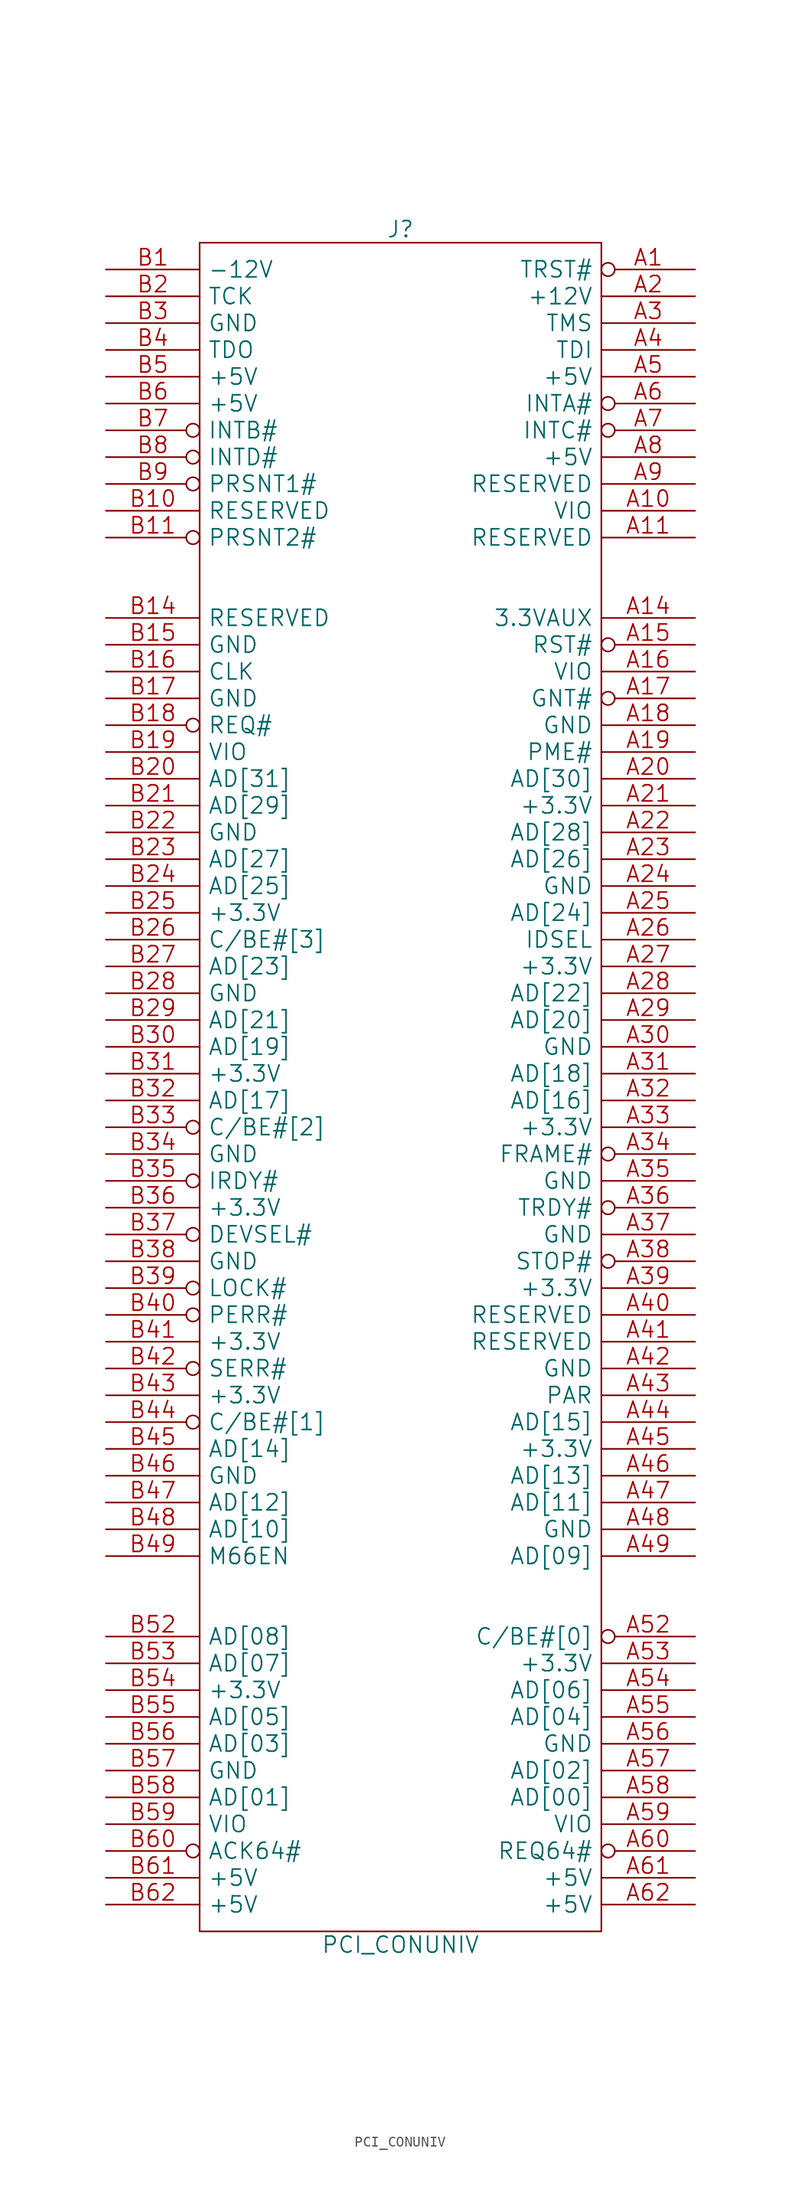
<source format=kicad_sym>
(kicad_symbol_lib
  (version 20220914)
  (generator kicad_symbol_editor)
  (symbol "PCI_CONUNIV"
    (pin_names
      (offset 0.762))
    (property "Reference" "J"
      (at 0 81.28 0)
      (effects (font (size 1.524 1.524))))
    (property "Value" "PCI_CONUNIV"
      (at 0 -81.28 0)
      (effects (font (size 1.524 1.524))))
    (property "Footprint" ""
      (at 0 0 0)
      (effects (font (size 1.524 1.524))))
    (property "Datasheet" ""
      (at 0 0 0)
      (effects (font (size 1.524 1.524))))
    (symbol "PCI_CONUNIV_0_1"
      (rectangle (start -19.05 80.01) (end 19.05 -80.01) (stroke (width 0) (type default)) (fill (type none))))
    (symbol "PCI_CONUNIV_1_1"
      (pin output inverted (at 27.94 77.47 180) (length 8.89) (name "TRST#" (effects (font (size 1.524 1.524)))) (number "A1" (effects (font (size 1.524 1.524)))))
      (pin power_in line (at 27.94 54.61 180) (length 8.89) (name "VIO" (effects (font (size 1.524 1.524)))) (number "A10" (effects (font (size 1.524 1.524)))))
      (pin passive line (at 27.94 52.07 180) (length 8.89) (name "RESERVED" (effects (font (size 1.524 1.524)))) (number "A11" (effects (font (size 1.524 1.524)))))
      (pin passive line (at 27.94 44.45 180) (length 8.89) (name "3.3VAUX" (effects (font (size 1.524 1.524)))) (number "A14" (effects (font (size 1.524 1.524)))))
      (pin output inverted (at 27.94 41.91 180) (length 8.89) (name "RST#" (effects (font (size 1.524 1.524)))) (number "A15" (effects (font (size 1.524 1.524)))))
      (pin power_in line (at 27.94 39.37 180) (length 8.89) (name "VIO" (effects (font (size 1.524 1.524)))) (number "A16" (effects (font (size 1.524 1.524)))))
      (pin bidirectional inverted (at 27.94 36.83 180) (length 8.89) (name "GNT#" (effects (font (size 1.524 1.524)))) (number "A17" (effects (font (size 1.524 1.524)))))
      (pin power_in line (at 27.94 34.29 180) (length 8.89) (name "GND" (effects (font (size 1.524 1.524)))) (number "A18" (effects (font (size 1.524 1.524)))))
      (pin passive line (at 27.94 31.75 180) (length 8.89) (name "PME#" (effects (font (size 1.524 1.524)))) (number "A19" (effects (font (size 1.524 1.524)))))
      (pin power_in line (at 27.94 74.93 180) (length 8.89) (name "+12V" (effects (font (size 1.524 1.524)))) (number "A2" (effects (font (size 1.524 1.524)))))
      (pin bidirectional line (at 27.94 29.21 180) (length 8.89) (name "AD[30]" (effects (font (size 1.524 1.524)))) (number "A20" (effects (font (size 1.524 1.524)))))
      (pin power_in line (at 27.94 26.67 180) (length 8.89) (name "+3.3V" (effects (font (size 1.524 1.524)))) (number "A21" (effects (font (size 1.524 1.524)))))
      (pin bidirectional line (at 27.94 24.13 180) (length 8.89) (name "AD[28]" (effects (font (size 1.524 1.524)))) (number "A22" (effects (font (size 1.524 1.524)))))
      (pin bidirectional line (at 27.94 21.59 180) (length 8.89) (name "AD[26]" (effects (font (size 1.524 1.524)))) (number "A23" (effects (font (size 1.524 1.524)))))
      (pin power_in line (at 27.94 19.05 180) (length 8.89) (name "GND" (effects (font (size 1.524 1.524)))) (number "A24" (effects (font (size 1.524 1.524)))))
      (pin bidirectional line (at 27.94 16.51 180) (length 8.89) (name "AD[24]" (effects (font (size 1.524 1.524)))) (number "A25" (effects (font (size 1.524 1.524)))))
      (pin output line (at 27.94 13.97 180) (length 8.89) (name "IDSEL" (effects (font (size 1.524 1.524)))) (number "A26" (effects (font (size 1.524 1.524)))))
      (pin power_in line (at 27.94 11.43 180) (length 8.89) (name "+3.3V" (effects (font (size 1.524 1.524)))) (number "A27" (effects (font (size 1.524 1.524)))))
      (pin bidirectional line (at 27.94 8.89 180) (length 8.89) (name "AD[22]" (effects (font (size 1.524 1.524)))) (number "A28" (effects (font (size 1.524 1.524)))))
      (pin bidirectional line (at 27.94 6.35 180) (length 8.89) (name "AD[20]" (effects (font (size 1.524 1.524)))) (number "A29" (effects (font (size 1.524 1.524)))))
      (pin output line (at 27.94 72.39 180) (length 8.89) (name "TMS" (effects (font (size 1.524 1.524)))) (number "A3" (effects (font (size 1.524 1.524)))))
      (pin power_in line (at 27.94 3.81 180) (length 8.89) (name "GND" (effects (font (size 1.524 1.524)))) (number "A30" (effects (font (size 1.524 1.524)))))
      (pin bidirectional line (at 27.94 1.27 180) (length 8.89) (name "AD[18]" (effects (font (size 1.524 1.524)))) (number "A31" (effects (font (size 1.524 1.524)))))
      (pin bidirectional line (at 27.94 -1.27 180) (length 8.89) (name "AD[16]" (effects (font (size 1.524 1.524)))) (number "A32" (effects (font (size 1.524 1.524)))))
      (pin power_in line (at 27.94 -3.81 180) (length 8.89) (name "+3.3V" (effects (font (size 1.524 1.524)))) (number "A33" (effects (font (size 1.524 1.524)))))
      (pin bidirectional inverted (at 27.94 -6.35 180) (length 8.89) (name "FRAME#" (effects (font (size 1.524 1.524)))) (number "A34" (effects (font (size 1.524 1.524)))))
      (pin power_in line (at 27.94 -8.89 180) (length 8.89) (name "GND" (effects (font (size 1.524 1.524)))) (number "A35" (effects (font (size 1.524 1.524)))))
      (pin bidirectional inverted (at 27.94 -11.43 180) (length 8.89) (name "TRDY#" (effects (font (size 1.524 1.524)))) (number "A36" (effects (font (size 1.524 1.524)))))
      (pin power_in line (at 27.94 -13.97 180) (length 8.89) (name "GND" (effects (font (size 1.524 1.524)))) (number "A37" (effects (font (size 1.524 1.524)))))
      (pin bidirectional inverted (at 27.94 -16.51 180) (length 8.89) (name "STOP#" (effects (font (size 1.524 1.524)))) (number "A38" (effects (font (size 1.524 1.524)))))
      (pin power_in line (at 27.94 -19.05 180) (length 8.89) (name "+3.3V" (effects (font (size 1.524 1.524)))) (number "A39" (effects (font (size 1.524 1.524)))))
      (pin output line (at 27.94 69.85 180) (length 8.89) (name "TDI" (effects (font (size 1.524 1.524)))) (number "A4" (effects (font (size 1.524 1.524)))))
      (pin bidirectional line (at 27.94 -21.59 180) (length 8.89) (name "RESERVED" (effects (font (size 1.524 1.524)))) (number "A40" (effects (font (size 1.524 1.524)))))
      (pin bidirectional line (at 27.94 -24.13 180) (length 8.89) (name "RESERVED" (effects (font (size 1.524 1.524)))) (number "A41" (effects (font (size 1.524 1.524)))))
      (pin power_in line (at 27.94 -26.67 180) (length 8.89) (name "GND" (effects (font (size 1.524 1.524)))) (number "A42" (effects (font (size 1.524 1.524)))))
      (pin bidirectional line (at 27.94 -29.21 180) (length 8.89) (name "PAR" (effects (font (size 1.524 1.524)))) (number "A43" (effects (font (size 1.524 1.524)))))
      (pin bidirectional line (at 27.94 -31.75 180) (length 8.89) (name "AD[15]" (effects (font (size 1.524 1.524)))) (number "A44" (effects (font (size 1.524 1.524)))))
      (pin power_in line (at 27.94 -34.29 180) (length 8.89) (name "+3.3V" (effects (font (size 1.524 1.524)))) (number "A45" (effects (font (size 1.524 1.524)))))
      (pin bidirectional line (at 27.94 -36.83 180) (length 8.89) (name "AD[13]" (effects (font (size 1.524 1.524)))) (number "A46" (effects (font (size 1.524 1.524)))))
      (pin bidirectional line (at 27.94 -39.37 180) (length 8.89) (name "AD[11]" (effects (font (size 1.524 1.524)))) (number "A47" (effects (font (size 1.524 1.524)))))
      (pin power_in line (at 27.94 -41.91 180) (length 8.89) (name "GND" (effects (font (size 1.524 1.524)))) (number "A48" (effects (font (size 1.524 1.524)))))
      (pin bidirectional line (at 27.94 -44.45 180) (length 8.89) (name "AD[09]" (effects (font (size 1.524 1.524)))) (number "A49" (effects (font (size 1.524 1.524)))))
      (pin power_in line (at 27.94 67.31 180) (length 8.89) (name "+5V" (effects (font (size 1.524 1.524)))) (number "A5" (effects (font (size 1.524 1.524)))))
      (pin bidirectional inverted (at 27.94 -52.07 180) (length 8.89) (name "C/BE#[0]" (effects (font (size 1.524 1.524)))) (number "A52" (effects (font (size 1.524 1.524)))))
      (pin power_in line (at 27.94 -54.61 180) (length 8.89) (name "+3.3V" (effects (font (size 1.524 1.524)))) (number "A53" (effects (font (size 1.524 1.524)))))
      (pin bidirectional line (at 27.94 -57.15 180) (length 8.89) (name "AD[06]" (effects (font (size 1.524 1.524)))) (number "A54" (effects (font (size 1.524 1.524)))))
      (pin bidirectional line (at 27.94 -59.69 180) (length 8.89) (name "AD[04]" (effects (font (size 1.524 1.524)))) (number "A55" (effects (font (size 1.524 1.524)))))
      (pin power_in line (at 27.94 -62.23 180) (length 8.89) (name "GND" (effects (font (size 1.524 1.524)))) (number "A56" (effects (font (size 1.524 1.524)))))
      (pin bidirectional line (at 27.94 -64.77 180) (length 8.89) (name "AD[02]" (effects (font (size 1.524 1.524)))) (number "A57" (effects (font (size 1.524 1.524)))))
      (pin bidirectional line (at 27.94 -67.31 180) (length 8.89) (name "AD[00]" (effects (font (size 1.524 1.524)))) (number "A58" (effects (font (size 1.524 1.524)))))
      (pin power_in line (at 27.94 -69.85 180) (length 8.89) (name "VIO" (effects (font (size 1.524 1.524)))) (number "A59" (effects (font (size 1.524 1.524)))))
      (pin input inverted (at 27.94 64.77 180) (length 8.89) (name "INTA#" (effects (font (size 1.524 1.524)))) (number "A6" (effects (font (size 1.524 1.524)))))
      (pin bidirectional inverted (at 27.94 -72.39 180) (length 8.89) (name "REQ64#" (effects (font (size 1.524 1.524)))) (number "A60" (effects (font (size 1.524 1.524)))))
      (pin power_in line (at 27.94 -74.93 180) (length 8.89) (name "+5V" (effects (font (size 1.524 1.524)))) (number "A61" (effects (font (size 1.524 1.524)))))
      (pin power_in line (at 27.94 -77.47 180) (length 8.89) (name "+5V" (effects (font (size 1.524 1.524)))) (number "A62" (effects (font (size 1.524 1.524)))))
      (pin input inverted (at 27.94 62.23 180) (length 8.89) (name "INTC#" (effects (font (size 1.524 1.524)))) (number "A7" (effects (font (size 1.524 1.524)))))
      (pin power_in line (at 27.94 59.69 180) (length 8.89) (name "+5V" (effects (font (size 1.524 1.524)))) (number "A8" (effects (font (size 1.524 1.524)))))
      (pin passive line (at 27.94 57.15 180) (length 8.89) (name "RESERVED" (effects (font (size 1.524 1.524)))) (number "A9" (effects (font (size 1.524 1.524)))))
      (pin power_in line (at -27.94 77.47 0) (length 8.89) (name "-12V" (effects (font (size 1.524 1.524)))) (number "B1" (effects (font (size 1.524 1.524)))))
      (pin passive line (at -27.94 54.61 0) (length 8.89) (name "RESERVED" (effects (font (size 1.524 1.524)))) (number "B10" (effects (font (size 1.524 1.524)))))
      (pin input inverted (at -27.94 52.07 0) (length 8.89) (name "PRSNT2#" (effects (font (size 1.524 1.524)))) (number "B11" (effects (font (size 1.524 1.524)))))
      (pin passive line (at -27.94 44.45 0) (length 8.89) (name "RESERVED" (effects (font (size 1.524 1.524)))) (number "B14" (effects (font (size 1.524 1.524)))))
      (pin power_in line (at -27.94 41.91 0) (length 8.89) (name "GND" (effects (font (size 1.524 1.524)))) (number "B15" (effects (font (size 1.524 1.524)))))
      (pin output line (at -27.94 39.37 0) (length 8.89) (name "CLK" (effects (font (size 1.524 1.524)))) (number "B16" (effects (font (size 1.524 1.524)))))
      (pin power_in line (at -27.94 36.83 0) (length 8.89) (name "GND" (effects (font (size 1.524 1.524)))) (number "B17" (effects (font (size 1.524 1.524)))))
      (pin bidirectional inverted (at -27.94 34.29 0) (length 8.89) (name "REQ#" (effects (font (size 1.524 1.524)))) (number "B18" (effects (font (size 1.524 1.524)))))
      (pin power_in line (at -27.94 31.75 0) (length 8.89) (name "VIO" (effects (font (size 1.524 1.524)))) (number "B19" (effects (font (size 1.524 1.524)))))
      (pin output line (at -27.94 74.93 0) (length 8.89) (name "TCK" (effects (font (size 1.524 1.524)))) (number "B2" (effects (font (size 1.524 1.524)))))
      (pin bidirectional line (at -27.94 29.21 0) (length 8.89) (name "AD[31]" (effects (font (size 1.524 1.524)))) (number "B20" (effects (font (size 1.524 1.524)))))
      (pin bidirectional line (at -27.94 26.67 0) (length 8.89) (name "AD[29]" (effects (font (size 1.524 1.524)))) (number "B21" (effects (font (size 1.524 1.524)))))
      (pin power_in line (at -27.94 24.13 0) (length 8.89) (name "GND" (effects (font (size 1.524 1.524)))) (number "B22" (effects (font (size 1.524 1.524)))))
      (pin bidirectional line (at -27.94 21.59 0) (length 8.89) (name "AD[27]" (effects (font (size 1.524 1.524)))) (number "B23" (effects (font (size 1.524 1.524)))))
      (pin bidirectional line (at -27.94 19.05 0) (length 8.89) (name "AD[25]" (effects (font (size 1.524 1.524)))) (number "B24" (effects (font (size 1.524 1.524)))))
      (pin power_in line (at -27.94 16.51 0) (length 8.89) (name "+3.3V" (effects (font (size 1.524 1.524)))) (number "B25" (effects (font (size 1.524 1.524)))))
      (pin bidirectional line (at -27.94 13.97 0) (length 8.89) (name "C/BE#[3]" (effects (font (size 1.524 1.524)))) (number "B26" (effects (font (size 1.524 1.524)))))
      (pin bidirectional line (at -27.94 11.43 0) (length 8.89) (name "AD[23]" (effects (font (size 1.524 1.524)))) (number "B27" (effects (font (size 1.524 1.524)))))
      (pin power_in line (at -27.94 8.89 0) (length 8.89) (name "GND" (effects (font (size 1.524 1.524)))) (number "B28" (effects (font (size 1.524 1.524)))))
      (pin bidirectional line (at -27.94 6.35 0) (length 8.89) (name "AD[21]" (effects (font (size 1.524 1.524)))) (number "B29" (effects (font (size 1.524 1.524)))))
      (pin input line (at -27.94 72.39 0) (length 8.89) (name "GND" (effects (font (size 1.524 1.524)))) (number "B3" (effects (font (size 1.524 1.524)))))
      (pin bidirectional line (at -27.94 3.81 0) (length 8.89) (name "AD[19]" (effects (font (size 1.524 1.524)))) (number "B30" (effects (font (size 1.524 1.524)))))
      (pin power_in line (at -27.94 1.27 0) (length 8.89) (name "+3.3V" (effects (font (size 1.524 1.524)))) (number "B31" (effects (font (size 1.524 1.524)))))
      (pin bidirectional line (at -27.94 -1.27 0) (length 8.89) (name "AD[17]" (effects (font (size 1.524 1.524)))) (number "B32" (effects (font (size 1.524 1.524)))))
      (pin bidirectional inverted (at -27.94 -3.81 0) (length 8.89) (name "C/BE#[2]" (effects (font (size 1.524 1.524)))) (number "B33" (effects (font (size 1.524 1.524)))))
      (pin power_in line (at -27.94 -6.35 0) (length 8.89) (name "GND" (effects (font (size 1.524 1.524)))) (number "B34" (effects (font (size 1.524 1.524)))))
      (pin bidirectional inverted (at -27.94 -8.89 0) (length 8.89) (name "IRDY#" (effects (font (size 1.524 1.524)))) (number "B35" (effects (font (size 1.524 1.524)))))
      (pin power_in line (at -27.94 -11.43 0) (length 8.89) (name "+3.3V" (effects (font (size 1.524 1.524)))) (number "B36" (effects (font (size 1.524 1.524)))))
      (pin bidirectional inverted (at -27.94 -13.97 0) (length 8.89) (name "DEVSEL#" (effects (font (size 1.524 1.524)))) (number "B37" (effects (font (size 1.524 1.524)))))
      (pin power_in line (at -27.94 -16.51 0) (length 8.89) (name "GND" (effects (font (size 1.524 1.524)))) (number "B38" (effects (font (size 1.524 1.524)))))
      (pin bidirectional inverted (at -27.94 -19.05 0) (length 8.89) (name "LOCK#" (effects (font (size 1.524 1.524)))) (number "B39" (effects (font (size 1.524 1.524)))))
      (pin input line (at -27.94 69.85 0) (length 8.89) (name "TDO" (effects (font (size 1.524 1.524)))) (number "B4" (effects (font (size 1.524 1.524)))))
      (pin bidirectional inverted (at -27.94 -21.59 0) (length 8.89) (name "PERR#" (effects (font (size 1.524 1.524)))) (number "B40" (effects (font (size 1.524 1.524)))))
      (pin power_in line (at -27.94 -24.13 0) (length 8.89) (name "+3.3V" (effects (font (size 1.524 1.524)))) (number "B41" (effects (font (size 1.524 1.524)))))
      (pin input inverted (at -27.94 -26.67 0) (length 8.89) (name "SERR#" (effects (font (size 1.524 1.524)))) (number "B42" (effects (font (size 1.524 1.524)))))
      (pin power_in line (at -27.94 -29.21 0) (length 8.89) (name "+3.3V" (effects (font (size 1.524 1.524)))) (number "B43" (effects (font (size 1.524 1.524)))))
      (pin bidirectional inverted (at -27.94 -31.75 0) (length 8.89) (name "C/BE#[1]" (effects (font (size 1.524 1.524)))) (number "B44" (effects (font (size 1.524 1.524)))))
      (pin bidirectional line (at -27.94 -34.29 0) (length 8.89) (name "AD[14]" (effects (font (size 1.524 1.524)))) (number "B45" (effects (font (size 1.524 1.524)))))
      (pin power_in line (at -27.94 -36.83 0) (length 8.89) (name "GND" (effects (font (size 1.524 1.524)))) (number "B46" (effects (font (size 1.524 1.524)))))
      (pin bidirectional line (at -27.94 -39.37 0) (length 8.89) (name "AD[12]" (effects (font (size 1.524 1.524)))) (number "B47" (effects (font (size 1.524 1.524)))))
      (pin bidirectional line (at -27.94 -41.91 0) (length 8.89) (name "AD[10]" (effects (font (size 1.524 1.524)))) (number "B48" (effects (font (size 1.524 1.524)))))
      (pin power_in line (at -27.94 -44.45 0) (length 8.89) (name "M66EN" (effects (font (size 1.524 1.524)))) (number "B49" (effects (font (size 1.524 1.524)))))
      (pin power_in line (at -27.94 67.31 0) (length 8.89) (name "+5V" (effects (font (size 1.524 1.524)))) (number "B5" (effects (font (size 1.524 1.524)))))
      (pin bidirectional line (at -27.94 -52.07 0) (length 8.89) (name "AD[08]" (effects (font (size 1.524 1.524)))) (number "B52" (effects (font (size 1.524 1.524)))))
      (pin bidirectional line (at -27.94 -54.61 0) (length 8.89) (name "AD[07]" (effects (font (size 1.524 1.524)))) (number "B53" (effects (font (size 1.524 1.524)))))
      (pin input line (at -27.94 -57.15 0) (length 8.89) (name "+3.3V" (effects (font (size 1.524 1.524)))) (number "B54" (effects (font (size 1.524 1.524)))))
      (pin bidirectional line (at -27.94 -59.69 0) (length 8.89) (name "AD[05]" (effects (font (size 1.524 1.524)))) (number "B55" (effects (font (size 1.524 1.524)))))
      (pin bidirectional line (at -27.94 -62.23 0) (length 8.89) (name "AD[03]" (effects (font (size 1.524 1.524)))) (number "B56" (effects (font (size 1.524 1.524)))))
      (pin power_in line (at -27.94 -64.77 0) (length 8.89) (name "GND" (effects (font (size 1.524 1.524)))) (number "B57" (effects (font (size 1.524 1.524)))))
      (pin bidirectional line (at -27.94 -67.31 0) (length 8.89) (name "AD[01]" (effects (font (size 1.524 1.524)))) (number "B58" (effects (font (size 1.524 1.524)))))
      (pin power_in line (at -27.94 -69.85 0) (length 8.89) (name "VIO" (effects (font (size 1.524 1.524)))) (number "B59" (effects (font (size 1.524 1.524)))))
      (pin power_in line (at -27.94 64.77 0) (length 8.89) (name "+5V" (effects (font (size 1.524 1.524)))) (number "B6" (effects (font (size 1.524 1.524)))))
      (pin bidirectional inverted (at -27.94 -72.39 0) (length 8.89) (name "ACK64#" (effects (font (size 1.524 1.524)))) (number "B60" (effects (font (size 1.524 1.524)))))
      (pin power_in line (at -27.94 -74.93 0) (length 8.89) (name "+5V" (effects (font (size 1.524 1.524)))) (number "B61" (effects (font (size 1.524 1.524)))))
      (pin power_in line (at -27.94 -77.47 0) (length 8.89) (name "+5V" (effects (font (size 1.524 1.524)))) (number "B62" (effects (font (size 1.524 1.524)))))
      (pin input inverted (at -27.94 62.23 0) (length 8.89) (name "INTB#" (effects (font (size 1.524 1.524)))) (number "B7" (effects (font (size 1.524 1.524)))))
      (pin input inverted (at -27.94 59.69 0) (length 8.89) (name "INTD#" (effects (font (size 1.524 1.524)))) (number "B8" (effects (font (size 1.524 1.524)))))
      (pin input inverted (at -27.94 57.15 0) (length 8.89) (name "PRSNT1#" (effects (font (size 1.524 1.524)))) (number "B9" (effects (font (size 1.524 1.524))))))))
</source>
